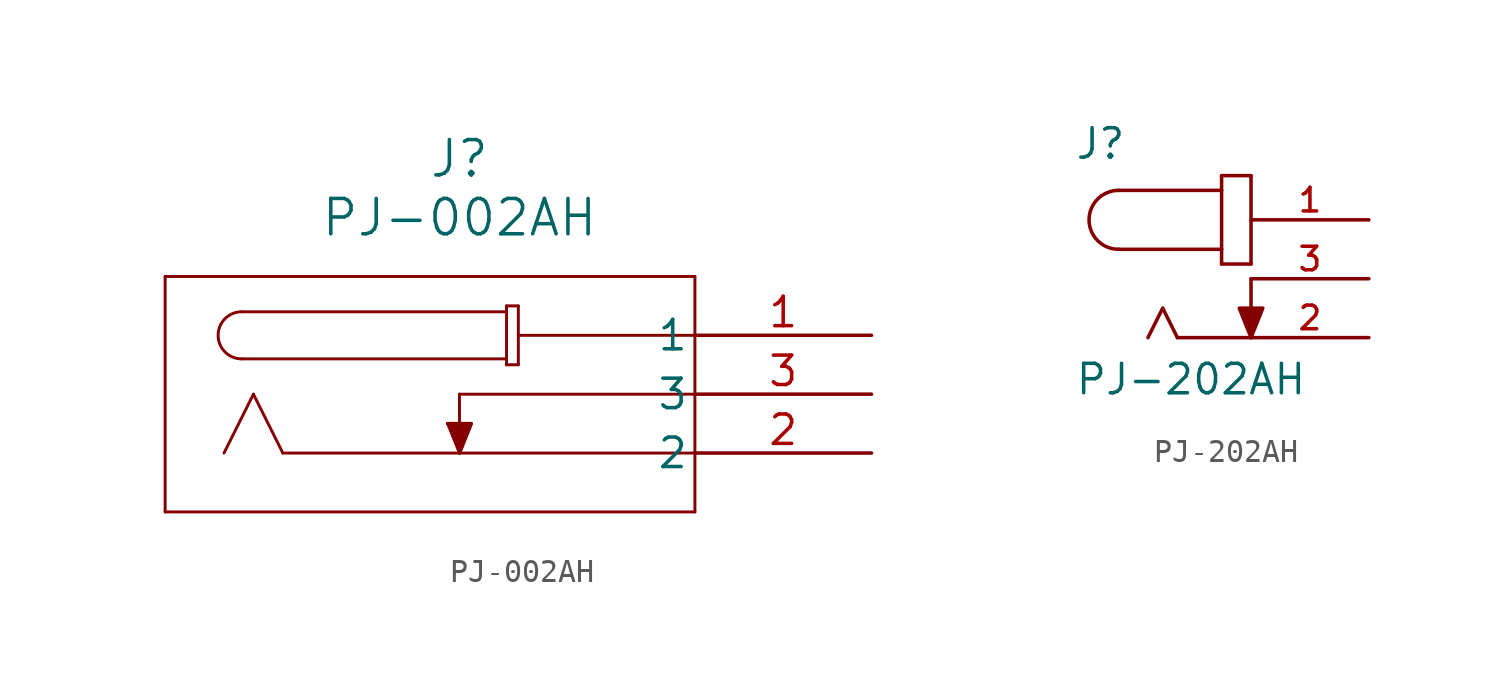
<source format=kicad_sym>
(kicad_symbol_lib
  (version 20211014)
  (generator kicad_symbol_editor)
  (symbol "PJ-002AH"
    (pin_names
      (offset 0.254))
    (property "Reference" "J"
      (at -17.78 7.62 0)
      (effects (font (size 1.524 1.524))))
    (property "Value" "PJ-002AH"
      (at -17.78 5.08 0)
      (effects (font (size 1.524 1.524))))
    (property "ki_locked" ""
      (at 0 0 0)
      (effects (font (size 1.27 1.27))))
    (symbol "PJ-002AH_0_1"
      (arc (start -27.178 1.016) (mid -28.194 0) (end -27.178 -1.016) (stroke (width 0.127) (type default) (color 0 0 0 0)) (fill (type none)))
      (polyline (pts (xy -30.48 -7.62) (xy -7.62 -7.62)) (stroke (width 0.127) (type default) (color 0 0 0 0)) (fill (type none)))
      (polyline (pts (xy -30.48 2.54) (xy -30.48 -7.62)) (stroke (width 0.127) (type default) (color 0 0 0 0)) (fill (type none)))
      (polyline (pts (xy -26.67 -2.54) (xy -27.94 -5.08)) (stroke (width 0.127) (type default) (color 0 0 0 0)) (fill (type none)))
      (polyline (pts (xy -25.4 -5.08) (xy -26.67 -2.54)) (stroke (width 0.127) (type default) (color 0 0 0 0)) (fill (type none)))
      (polyline (pts (xy -18.288 -3.81) (xy -17.78 -5.08)) (stroke (width 0.127) (type default) (color 0 0 0 0)) (fill (type none)))
      (polyline (pts (xy -17.78 -5.08) (xy -17.272 -3.81)) (stroke (width 0.127) (type default) (color 0 0 0 0)) (fill (type none)))
      (polyline (pts (xy -17.78 -2.54) (xy -17.78 -5.08)) (stroke (width 0.127) (type default) (color 0 0 0 0)) (fill (type none)))
      (polyline (pts (xy -17.272 -3.81) (xy -18.288 -3.81)) (stroke (width 0.127) (type default) (color 0 0 0 0)) (fill (type none)))
      (polyline (pts (xy -15.748 -1.27) (xy -15.24 -1.27)) (stroke (width 0.127) (type default) (color 0 0 0 0)) (fill (type none)))
      (polyline (pts (xy -15.748 -1.016) (xy -27.178 -1.016)) (stroke (width 0.127) (type default) (color 0 0 0 0)) (fill (type none)))
      (polyline (pts (xy -15.748 1.016) (xy -27.178 1.016)) (stroke (width 0.127) (type default) (color 0 0 0 0)) (fill (type none)))
      (polyline (pts (xy -15.748 1.27) (xy -15.748 -1.27)) (stroke (width 0.127) (type default) (color 0 0 0 0)) (fill (type none)))
      (polyline (pts (xy -15.24 1.27) (xy -15.748 1.27)) (stroke (width 0.127) (type default) (color 0 0 0 0)) (fill (type none)))
      (polyline (pts (xy -15.24 1.27) (xy -15.24 -1.27)) (stroke (width 0.127) (type default) (color 0 0 0 0)) (fill (type none)))
      (polyline (pts (xy -7.62 -7.62) (xy -7.62 2.54)) (stroke (width 0.127) (type default) (color 0 0 0 0)) (fill (type none)))
      (polyline (pts (xy -7.62 -5.08) (xy -25.4 -5.08)) (stroke (width 0.127) (type default) (color 0 0 0 0)) (fill (type none)))
      (polyline (pts (xy -7.62 -2.54) (xy -17.78 -2.54)) (stroke (width 0.127) (type default) (color 0 0 0 0)) (fill (type none)))
      (polyline (pts (xy -7.62 0) (xy -15.24 0)) (stroke (width 0.127) (type default) (color 0 0 0 0)) (fill (type none)))
      (polyline (pts (xy -7.62 2.54) (xy -30.48 2.54)) (stroke (width 0.127) (type default) (color 0 0 0 0)) (fill (type none)))
      (polyline (pts (xy -18.288 -3.81) (xy -17.272 -3.81) (xy -17.78 -5.08)) (stroke (width 0) (type default) (color 0 0 0 0)) (fill (type outline)))
      (pin unspecified line (at 0 0 180) (length 7.62) (name "1" (effects (font (size 1.27 1.27)))) (number "1" (effects (font (size 1.27 1.27)))))
      (pin unspecified line (at 0 -5.08 180) (length 7.62) (name "2" (effects (font (size 1.27 1.27)))) (number "2" (effects (font (size 1.27 1.27)))))
      (pin unspecified line (at 0 -2.54 180) (length 7.62) (name "3" (effects (font (size 1.27 1.27)))) (number "3" (effects (font (size 1.27 1.27)))))))
  (symbol "PJ-202AH"
    (pin_names
      (offset 1.016))
    (property "Reference" "J"
      (at -7.62 5.08 0)
      (effects (font (size 1.27 1.27)) (justify left bottom)))
    (property "Value" "PJ-202AH"
      (at -7.62 -5.08 0)
      (effects (font (size 1.27 1.27)) (justify left bottom)))
    (symbol "PJ-202AH_0_0"
      (arc (start -5.715 3.81) (mid -6.985 2.54) (end -5.715 1.27) (stroke (width 0.1524) (type default) (color 0 0 0 0)) (fill (type none)))
      (polyline (pts (xy -5.715 3.81) (xy -1.27 3.81)) (stroke (width 0.152) (type default) (color 0 0 0 0)) (fill (type none)))
      (polyline (pts (xy -3.81 -1.27) (xy -4.445 -2.54)) (stroke (width 0.152) (type default) (color 0 0 0 0)) (fill (type none)))
      (polyline (pts (xy -3.175 -2.54) (xy -3.81 -1.27)) (stroke (width 0.152) (type default) (color 0 0 0 0)) (fill (type none)))
      (polyline (pts (xy -1.27 0.635) (xy 0 0.635)) (stroke (width 0.152) (type default) (color 0 0 0 0)) (fill (type none)))
      (polyline (pts (xy -1.27 1.27) (xy -5.715 1.27)) (stroke (width 0.152) (type default) (color 0 0 0 0)) (fill (type none)))
      (polyline (pts (xy -1.27 1.27) (xy -1.27 0.635)) (stroke (width 0.152) (type default) (color 0 0 0 0)) (fill (type none)))
      (polyline (pts (xy -1.27 3.81) (xy -1.27 1.27)) (stroke (width 0.152) (type default) (color 0 0 0 0)) (fill (type none)))
      (polyline (pts (xy -1.27 4.445) (xy -1.27 3.81)) (stroke (width 0.152) (type default) (color 0 0 0 0)) (fill (type none)))
      (polyline (pts (xy 0 -2.54) (xy -3.175 -2.54)) (stroke (width 0.152) (type default) (color 0 0 0 0)) (fill (type none)))
      (polyline (pts (xy 0 0) (xy 0 -2.54)) (stroke (width 0.152) (type default) (color 0 0 0 0)) (fill (type none)))
      (polyline (pts (xy 0 0.635) (xy 0 4.445)) (stroke (width 0.152) (type default) (color 0 0 0 0)) (fill (type none)))
      (polyline (pts (xy 0 4.445) (xy -1.27 4.445)) (stroke (width 0.152) (type default) (color 0 0 0 0)) (fill (type none)))
      (polyline (pts (xy 0 -2.54) (xy -0.508 -1.27) (xy 0.508 -1.27) (xy 0 -2.54)) (stroke (width 0.152) (type default) (color 0 0 0 0)) (fill (type outline)))
      (pin passive line (at 5.08 2.54 180) (length 5.08) (name "~" (effects (font (size 1.016 1.016)))) (number "1" (effects (font (size 1.016 1.016)))))
      (pin passive line (at 5.08 -2.54 180) (length 5.08) (name "~" (effects (font (size 1.016 1.016)))) (number "2" (effects (font (size 1.016 1.016)))))
      (pin passive line (at 5.08 0 180) (length 5.08) (name "~" (effects (font (size 1.016 1.016)))) (number "3" (effects (font (size 1.016 1.016))))))))
</source>
